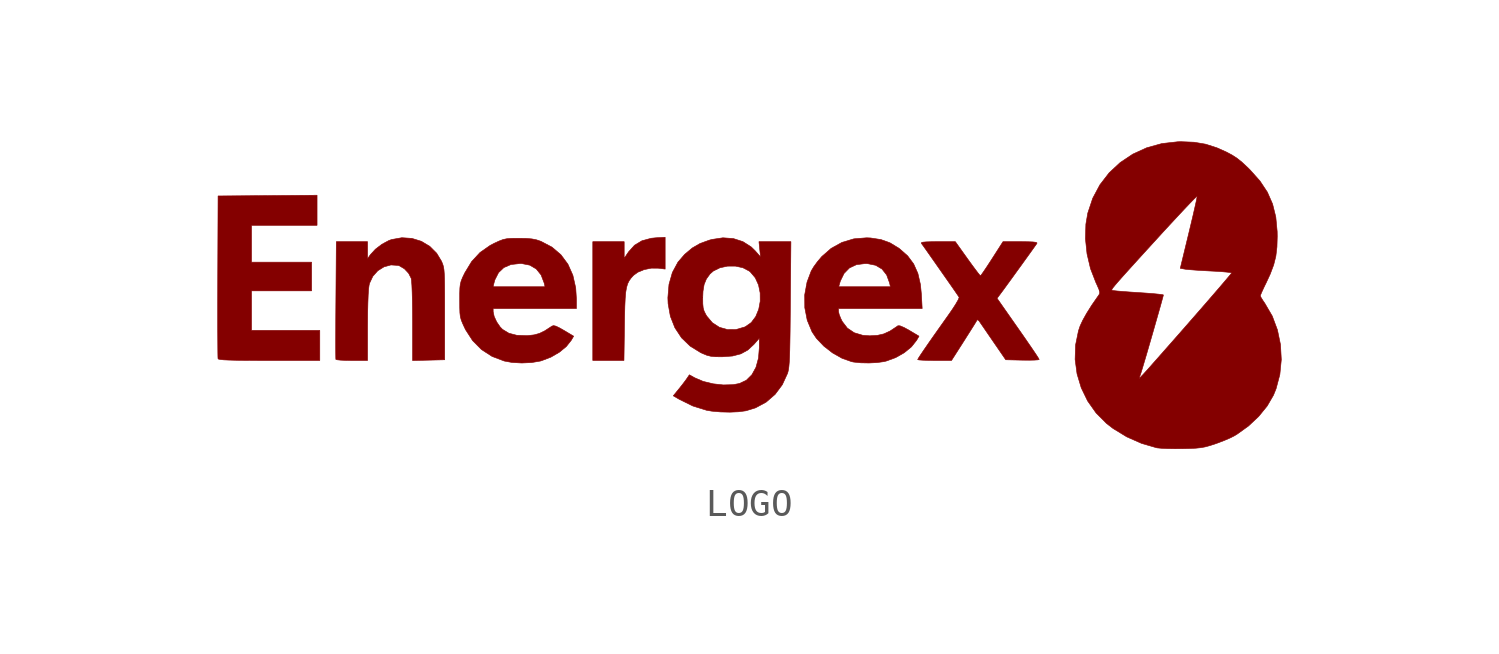
<source format=kicad_sym>
(kicad_symbol_lib
  (version 20220914)
  (generator "bitmap2component")
  (generator_version "9.0")
  (symbol "LOGO"
    (pin_names
      (offset 1.016))
    (property "Reference" "#G"
      (at 0 24.374 0)
      (effects (font (size 1.27 1.27)) hide))
    (symbol "LOGO_0_0"
      (polyline (pts (xy 16.021 -5.159) (xy 16.259 -5.153) (xy 16.491 -5.143) (xy 16.673 -5.125) (xy 16.832 -5.096) (xy 16.994 -5.052) (xy 17.186 -4.99) (xy 17.282 -4.956) (xy 17.512 -4.868) (xy 17.72 -4.779) (xy 17.87 -4.704) (xy 17.975 -4.641) (xy 18.384 -4.347) (xy 18.749 -4.004) (xy 19.052 -3.632) (xy 19.275 -3.248) (xy 19.37 -3.015) (xy 19.505 -2.506) (xy 19.557 -1.974) (xy 19.528 -1.437) (xy 19.419 -0.911) (xy 19.233 -0.413) (xy 18.969 0.039) (xy 18.9 0.14) (xy 18.832 0.25) (xy 18.806 0.309) (xy 18.815 0.341) (xy 18.86 0.448) (xy 18.933 0.607) (xy 19.026 0.798) (xy 19.161 1.09) (xy 19.284 1.416) (xy 19.362 1.727) (xy 19.401 2.058) (xy 19.412 2.442) (xy 19.409 2.61) (xy 19.36 3.131) (xy 19.245 3.595) (xy 19.059 4.018) (xy 18.793 4.419) (xy 18.441 4.814) (xy 18.362 4.893) (xy 18.155 5.086) (xy 17.975 5.231) (xy 17.794 5.348) (xy 17.585 5.459) (xy 17.252 5.607) (xy 16.85 5.736) (xy 16.436 5.806) (xy 15.973 5.825) (xy 15.857 5.823) (xy 15.283 5.758) (xy 14.742 5.608) (xy 14.243 5.38) (xy 13.792 5.079) (xy 13.397 4.712) (xy 13.067 4.284) (xy 12.809 3.801) (xy 12.632 3.27) (xy 12.564 2.874) (xy 12.549 2.351) (xy 12.605 1.812) (xy 12.73 1.282) (xy 12.922 0.786) (xy 12.973 0.676) (xy 13.034 0.534) (xy 13.04 0.513) (xy 13.492 0.513) (xy 13.492 0.529) (xy 13.507 0.559) (xy 13.541 0.608) (xy 13.601 0.681) (xy 13.69 0.786) (xy 13.814 0.927) (xy 13.978 1.111) (xy 14.188 1.343) (xy 14.448 1.63) (xy 14.764 1.977) (xy 15.141 2.39) (xy 15.309 2.574) (xy 15.594 2.883) (xy 15.854 3.163) (xy 16.082 3.407) (xy 16.272 3.607) (xy 16.417 3.757) (xy 16.511 3.848) (xy 16.545 3.875) (xy 16.538 3.819) (xy 16.51 3.681) (xy 16.464 3.474) (xy 16.404 3.211) (xy 16.331 2.903) (xy 16.25 2.564) (xy 15.942 1.294) (xy 16.116 1.263) (xy 16.152 1.258) (xy 16.296 1.244) (xy 16.506 1.228) (xy 16.76 1.212) (xy 17.035 1.197) (xy 17.177 1.19) (xy 17.416 1.175) (xy 17.607 1.158) (xy 17.734 1.143) (xy 17.78 1.129) (xy 17.751 1.089) (xy 17.663 0.983) (xy 17.523 0.818) (xy 17.338 0.601) (xy 17.112 0.339) (xy 16.854 0.041) (xy 16.569 -0.286) (xy 16.263 -0.636) (xy 15.982 -0.957) (xy 15.684 -1.296) (xy 15.408 -1.609) (xy 15.161 -1.889) (xy 14.95 -2.127) (xy 14.783 -2.316) (xy 14.665 -2.446) (xy 14.605 -2.512) (xy 14.464 -2.655) (xy 14.535 -2.449) (xy 14.549 -2.404) (xy 14.592 -2.265) (xy 14.652 -2.062) (xy 14.727 -1.81) (xy 14.811 -1.521) (xy 14.901 -1.211) (xy 14.992 -0.895) (xy 15.08 -0.586) (xy 15.162 -0.299) (xy 15.233 -0.049) (xy 15.288 0.151) (xy 15.325 0.286) (xy 15.338 0.341) (xy 15.338 0.342) (xy 15.29 0.354) (xy 15.16 0.37) (xy 14.963 0.389) (xy 14.714 0.408) (xy 14.429 0.427) (xy 14.429 0.427) (xy 14.141 0.446) (xy 13.888 0.465) (xy 13.686 0.482) (xy 13.549 0.497) (xy 13.495 0.507) (xy 13.492 0.513) (xy 13.04 0.513) (xy 13.059 0.443) (xy 13.052 0.38) (xy 13.017 0.322) (xy 12.974 0.263) (xy 12.771 -0.03) (xy 12.592 -0.315) (xy 12.45 -0.569) (xy 12.357 -0.77) (xy 12.299 -0.943) (xy 12.195 -1.45) (xy 12.179 -1.967) (xy 12.248 -2.483) (xy 12.398 -2.982) (xy 12.627 -3.454) (xy 12.93 -3.883) (xy 13.303 -4.257) (xy 13.539 -4.439) (xy 14.028 -4.737) (xy 14.558 -4.971) (xy 15.097 -5.128) (xy 15.123 -5.132) (xy 15.274 -5.146) (xy 15.49 -5.156) (xy 15.748 -5.161) (xy 16.021 -5.159)) (stroke (width 0.01) (type default)) (fill (type outline)))
      (polyline (pts (xy 0.141 -3.839) (xy 0.401 -3.804) (xy 0.743 -3.699) (xy 1.12 -3.496) (xy 1.443 -3.217) (xy 1.702 -2.87) (xy 1.889 -2.463) (xy 1.907 -2.401) (xy 1.924 -2.318) (xy 1.938 -2.21) (xy 1.95 -2.067) (xy 1.96 -1.882) (xy 1.968 -1.644) (xy 1.974 -1.345) (xy 1.98 -0.975) (xy 1.985 -0.526) (xy 1.99 0.012) (xy 2.009 2.247) (xy 1.437 2.247) (xy 0.866 2.247) (xy 0.894 1.975) (xy 0.922 1.703) (xy 0.729 1.922) (xy 0.588 2.06) (xy 0.291 2.249) (xy -0.05 2.359) (xy -0.424 2.386) (xy -0.818 2.327) (xy -0.913 2.301) (xy -1.24 2.183) (xy -1.519 2.022) (xy -1.791 1.795) (xy -2.032 1.516) (xy -2.232 1.145) (xy -2.353 0.72) (xy -2.393 0.244) (xy -2.393 0.24) (xy -1.146 0.24) (xy -1.137 0.47) (xy -1.097 0.714) (xy -1.016 0.912) (xy -0.886 1.092) (xy -0.764 1.199) (xy -0.531 1.313) (xy -0.26 1.372) (xy 0.023 1.373) (xy 0.291 1.315) (xy 0.518 1.196) (xy 0.558 1.163) (xy 0.734 0.955) (xy 0.851 0.698) (xy 0.909 0.412) (xy 0.911 0.115) (xy 0.858 -0.172) (xy 0.751 -0.432) (xy 0.591 -0.646) (xy 0.379 -0.795) (xy 0.355 -0.806) (xy 0.044 -0.896) (xy -0.263 -0.898) (xy -0.55 -0.816) (xy -0.801 -0.654) (xy -1.001 -0.417) (xy -1.039 -0.353) (xy -1.097 -0.237) (xy -1.13 -0.121) (xy -1.144 0.027) (xy -1.146 0.24) (xy -2.393 0.24) (xy -2.385 0.03) (xy -2.304 -0.423) (xy -2.142 -0.833) (xy -1.905 -1.192) (xy -1.596 -1.49) (xy -1.221 -1.722) (xy -1.149 -1.755) (xy -0.996 -1.818) (xy -0.855 -1.853) (xy -0.69 -1.869) (xy -0.464 -1.871) (xy -0.446 -1.871) (xy -0.079 -1.844) (xy 0.219 -1.766) (xy 0.468 -1.629) (xy 0.686 -1.427) (xy 0.879 -1.207) (xy 0.879 -1.547) (xy 0.85 -1.916) (xy 0.76 -2.247) (xy 0.613 -2.514) (xy 0.415 -2.711) (xy 0.17 -2.827) (xy -0.06 -2.87) (xy -0.411 -2.879) (xy -0.779 -2.838) (xy -1.131 -2.752) (xy -1.431 -2.624) (xy -1.624 -2.516) (xy -1.704 -2.635) (xy -1.764 -2.72) (xy -1.87 -2.86) (xy -1.991 -3.012) (xy -2.2 -3.268) (xy -1.991 -3.39) (xy -1.502 -3.632) (xy -1.01 -3.785) (xy -0.823 -3.817) (xy -0.509 -3.845) (xy -0.174 -3.853) (xy 0.141 -3.839)) (stroke (width 0.01) (type default)) (fill (type outline)))
      (polyline (pts (xy -7.27 -2.078) (xy -6.959 -2.025) (xy -6.91 -2.011) (xy -6.58 -1.885) (xy -6.278 -1.71) (xy -6.027 -1.504) (xy -5.85 -1.28) (xy -5.765 -1.134) (xy -6.114 -0.926) (xy -6.267 -0.839) (xy -6.399 -0.775) (xy -6.484 -0.756) (xy -6.541 -0.774) (xy -6.571 -0.794) (xy -6.796 -0.941) (xy -6.986 -1.034) (xy -7.175 -1.087) (xy -7.393 -1.112) (xy -7.452 -1.115) (xy -7.801 -1.102) (xy -8.083 -1.029) (xy -8.309 -0.892) (xy -8.395 -0.804) (xy -8.519 -0.624) (xy -8.609 -0.429) (xy -8.645 -0.256) (xy -8.646 -0.146) (xy -7.156 -0.146) (xy -5.666 -0.146) (xy -5.666 0.198) (xy -5.691 0.593) (xy -5.793 1.045) (xy -5.97 1.442) (xy -6.22 1.779) (xy -6.54 2.052) (xy -6.929 2.256) (xy -6.94 2.261) (xy -7.096 2.314) (xy -7.257 2.346) (xy -7.454 2.363) (xy -7.718 2.368) (xy -7.786 2.368) (xy -8.002 2.365) (xy -8.16 2.352) (xy -8.291 2.324) (xy -8.428 2.272) (xy -8.6 2.193) (xy -8.752 2.114) (xy -9.116 1.859) (xy -9.414 1.537) (xy -9.656 1.139) (xy -9.667 1.117) (xy -9.741 0.964) (xy -9.79 0.842) (xy -9.82 0.725) (xy -9.831 0.635) (xy -8.648 0.635) (xy -8.615 0.769) (xy -8.583 0.883) (xy -8.453 1.139) (xy -8.262 1.321) (xy -8.007 1.43) (xy -7.687 1.465) (xy -7.622 1.464) (xy -7.334 1.407) (xy -7.102 1.27) (xy -6.93 1.057) (xy -6.82 0.769) (xy -6.788 0.635) (xy -7.718 0.635) (xy -8.648 0.635) (xy -9.831 0.635) (xy -9.836 0.588) (xy -9.842 0.405) (xy -9.842 0.149) (xy -9.842 0.134) (xy -9.841 -0.118) (xy -9.835 -0.3) (xy -9.819 -0.437) (xy -9.787 -0.556) (xy -9.736 -0.683) (xy -9.661 -0.844) (xy -9.631 -0.905) (xy -9.379 -1.295) (xy -9.062 -1.614) (xy -8.684 -1.858) (xy -8.25 -2.023) (xy -7.973 -2.074) (xy -7.623 -2.094) (xy -7.27 -2.078)) (stroke (width 0.01) (type default)) (fill (type outline)))
      (polyline (pts (xy 5.09 -2.079) (xy 5.334 -2.045) (xy 5.422 -2.024) (xy 5.756 -1.902) (xy 6.064 -1.727) (xy 6.323 -1.515) (xy 6.508 -1.28) (xy 6.593 -1.134) (xy 6.244 -0.926) (xy 6.061 -0.825) (xy 5.913 -0.763) (xy 5.836 -0.762) (xy 5.8 -0.789) (xy 5.555 -0.951) (xy 5.335 -1.052) (xy 5.105 -1.105) (xy 4.832 -1.121) (xy 4.581 -1.103) (xy 4.276 -1.012) (xy 4.03 -0.847) (xy 3.848 -0.611) (xy 3.796 -0.507) (xy 3.737 -0.36) (xy 3.713 -0.256) (xy 3.712 -0.146) (xy 5.209 -0.146) (xy 6.706 -0.146) (xy 6.679 0.354) (xy 6.645 0.711) (xy 6.553 1.111) (xy 6.402 1.45) (xy 6.187 1.739) (xy 5.9 1.992) (xy 5.872 2.013) (xy 5.555 2.206) (xy 5.231 2.323) (xy 4.86 2.38) (xy 4.719 2.386) (xy 4.263 2.349) (xy 3.837 2.222) (xy 3.45 2.008) (xy 3.111 1.712) (xy 3.103 1.702) (xy 2.957 1.529) (xy 2.826 1.349) (xy 2.737 1.2) (xy 2.587 0.802) (xy 2.556 0.635) (xy 3.719 0.635) (xy 3.762 0.785) (xy 3.779 0.841) (xy 3.912 1.113) (xy 4.104 1.308) (xy 4.355 1.425) (xy 4.665 1.464) (xy 4.756 1.461) (xy 5.044 1.402) (xy 5.27 1.267) (xy 5.435 1.057) (xy 5.54 0.769) (xy 5.57 0.635) (xy 4.645 0.635) (xy 3.719 0.635) (xy 2.556 0.635) (xy 2.503 0.345) (xy 2.506 -0.116) (xy 2.593 -0.563) (xy 2.766 -0.979) (xy 2.925 -1.215) (xy 3.188 -1.491) (xy 3.502 -1.735) (xy 3.841 -1.926) (xy 4.181 -2.046) (xy 4.257 -2.061) (xy 4.51 -2.087) (xy 4.802 -2.093) (xy 5.09 -2.079)) (stroke (width 0.01) (type default)) (fill (type outline)))
      (polyline (pts (xy -14.849 -1.465) (xy -14.849 -0.928) (xy -16.07 -0.928) (xy -17.292 -0.928) (xy -17.292 -0.22) (xy -17.292 0.488) (xy -16.217 0.488) (xy -15.142 0.488) (xy -15.142 1.001) (xy -15.142 1.514) (xy -16.217 1.514) (xy -17.292 1.514) (xy -17.292 2.174) (xy -17.292 2.833) (xy -16.119 2.833) (xy -14.947 2.833) (xy -14.947 3.371) (xy -14.947 3.909) (xy -16.718 3.896) (xy -18.488 3.883) (xy -18.5 1.001) (xy -18.501 0.528) (xy -18.502 0.03) (xy -18.502 -0.43) (xy -18.502 -0.846) (xy -18.5 -1.208) (xy -18.498 -1.508) (xy -18.496 -1.735) (xy -18.493 -1.883) (xy -18.489 -1.942) (xy -18.47 -1.955) (xy -18.406 -1.969) (xy -18.29 -1.981) (xy -18.114 -1.989) (xy -17.87 -1.996) (xy -17.551 -2) (xy -17.15 -2.002) (xy -16.658 -2.003) (xy -14.849 -2.003) (xy -14.849 -1.465)) (stroke (width 0.01) (type default)) (fill (type outline)))
      (polyline (pts (xy -10.954 -1.992) (xy -10.38 -1.978) (xy -10.38 -0.342) (xy -10.38 0.067) (xy -10.381 0.431) (xy -10.383 0.719) (xy -10.387 0.941) (xy -10.395 1.111) (xy -10.405 1.238) (xy -10.42 1.335) (xy -10.44 1.412) (xy -10.465 1.48) (xy -10.496 1.552) (xy -10.666 1.833) (xy -10.914 2.081) (xy -11.215 2.261) (xy -11.552 2.365) (xy -11.912 2.389) (xy -12.279 2.324) (xy -12.376 2.289) (xy -12.624 2.156) (xy -12.858 1.978) (xy -13.036 1.784) (xy -13.14 1.638) (xy -13.14 1.942) (xy -13.14 2.247) (xy -13.698 2.247) (xy -14.257 2.247) (xy -14.272 0.159) (xy -14.274 -0.102) (xy -14.277 -0.528) (xy -14.278 -0.918) (xy -14.279 -1.262) (xy -14.279 -1.549) (xy -14.278 -1.768) (xy -14.276 -1.911) (xy -14.273 -1.966) (xy -14.228 -1.979) (xy -14.104 -1.992) (xy -13.921 -2) (xy -13.698 -2.003) (xy -13.14 -2.003) (xy -13.14 -0.784) (xy -13.139 -0.678) (xy -13.136 -0.29) (xy -13.128 0.054) (xy -13.117 0.342) (xy -13.102 0.56) (xy -13.084 0.694) (xy -13.068 0.76) (xy -12.951 1.008) (xy -12.773 1.208) (xy -12.55 1.347) (xy -12.301 1.415) (xy -12.045 1.398) (xy -11.999 1.383) (xy -11.821 1.277) (xy -11.67 1.117) (xy -11.578 0.937) (xy -11.566 0.854) (xy -11.553 0.679) (xy -11.543 0.431) (xy -11.535 0.122) (xy -11.53 -0.234) (xy -11.528 -0.624) (xy -11.528 -2.006) (xy -10.954 -1.992)) (stroke (width 0.01) (type default)) (fill (type outline)))
      (polyline (pts (xy -3.947 -0.745) (xy -3.942 -0.419) (xy -3.933 -0.062) (xy -3.92 0.221) (xy -3.901 0.44) (xy -3.872 0.61) (xy -3.833 0.742) (xy -3.78 0.849) (xy -3.712 0.944) (xy -3.626 1.04) (xy -3.473 1.153) (xy -3.242 1.248) (xy -2.983 1.3) (xy -2.729 1.298) (xy -2.491 1.267) (xy -2.491 1.836) (xy -2.491 2.405) (xy -2.824 2.386) (xy -2.986 2.37) (xy -3.317 2.282) (xy -3.586 2.121) (xy -3.798 1.885) (xy -3.957 1.65) (xy -3.957 1.948) (xy -3.957 2.247) (xy -4.518 2.247) (xy -5.08 2.247) (xy -5.08 0.122) (xy -5.08 -2.003) (xy -4.522 -2.003) (xy -3.965 -2.003) (xy -3.947 -0.745)) (stroke (width 0.01) (type default)) (fill (type outline)))
      (polyline (pts (xy 8.201 -1.307) (xy 8.312 -1.131) (xy 8.448 -0.917) (xy 8.559 -0.741) (xy 8.635 -0.617) (xy 8.667 -0.562) (xy 8.689 -0.547) (xy 8.74 -0.586) (xy 8.762 -0.619) (xy 8.836 -0.726) (xy 8.948 -0.889) (xy 9.087 -1.092) (xy 9.243 -1.319) (xy 9.696 -1.978) (xy 10.294 -1.992) (xy 10.311 -1.992) (xy 10.537 -1.994) (xy 10.722 -1.99) (xy 10.847 -1.981) (xy 10.893 -1.968) (xy 10.865 -1.918) (xy 10.789 -1.8) (xy 10.671 -1.624) (xy 10.518 -1.401) (xy 10.339 -1.141) (xy 10.139 -0.855) (xy 9.386 0.22) (xy 9.496 0.366) (xy 9.527 0.408) (xy 9.623 0.537) (xy 9.752 0.715) (xy 9.907 0.927) (xy 10.075 1.16) (xy 10.248 1.398) (xy 10.414 1.629) (xy 10.564 1.837) (xy 10.687 2.009) (xy 10.773 2.13) (xy 10.812 2.186) (xy 10.814 2.205) (xy 10.772 2.225) (xy 10.668 2.238) (xy 10.489 2.245) (xy 10.224 2.247) (xy 9.598 2.247) (xy 9.207 1.637) (xy 9.141 1.534) (xy 9.01 1.334) (xy 8.901 1.173) (xy 8.825 1.065) (xy 8.791 1.026) (xy 8.778 1.038) (xy 8.716 1.113) (xy 8.614 1.247) (xy 8.481 1.426) (xy 8.329 1.636) (xy 7.893 2.247) (xy 7.262 2.247) (xy 7.044 2.246) (xy 6.849 2.24) (xy 6.731 2.229) (xy 6.678 2.212) (xy 6.679 2.186) (xy 6.687 2.175) (xy 6.747 2.093) (xy 6.848 1.95) (xy 6.981 1.761) (xy 7.137 1.539) (xy 7.305 1.299) (xy 7.476 1.055) (xy 7.64 0.821) (xy 7.787 0.61) (xy 7.907 0.437) (xy 7.99 0.316) (xy 8.027 0.26) (xy 8.027 0.244) (xy 7.99 0.157) (xy 7.906 0.011) (xy 7.783 -0.179) (xy 7.63 -0.399) (xy 7.435 -0.674) (xy 7.18 -1.034) (xy 6.962 -1.345) (xy 6.786 -1.6) (xy 6.655 -1.793) (xy 6.573 -1.92) (xy 6.545 -1.973) (xy 6.546 -1.974) (xy 6.599 -1.985) (xy 6.73 -1.994) (xy 6.92 -2) (xy 7.151 -2.003) (xy 7.756 -2.003) (xy 8.201 -1.307)) (stroke (width 0.01) (type default)) (fill (type outline))))))
</source>
